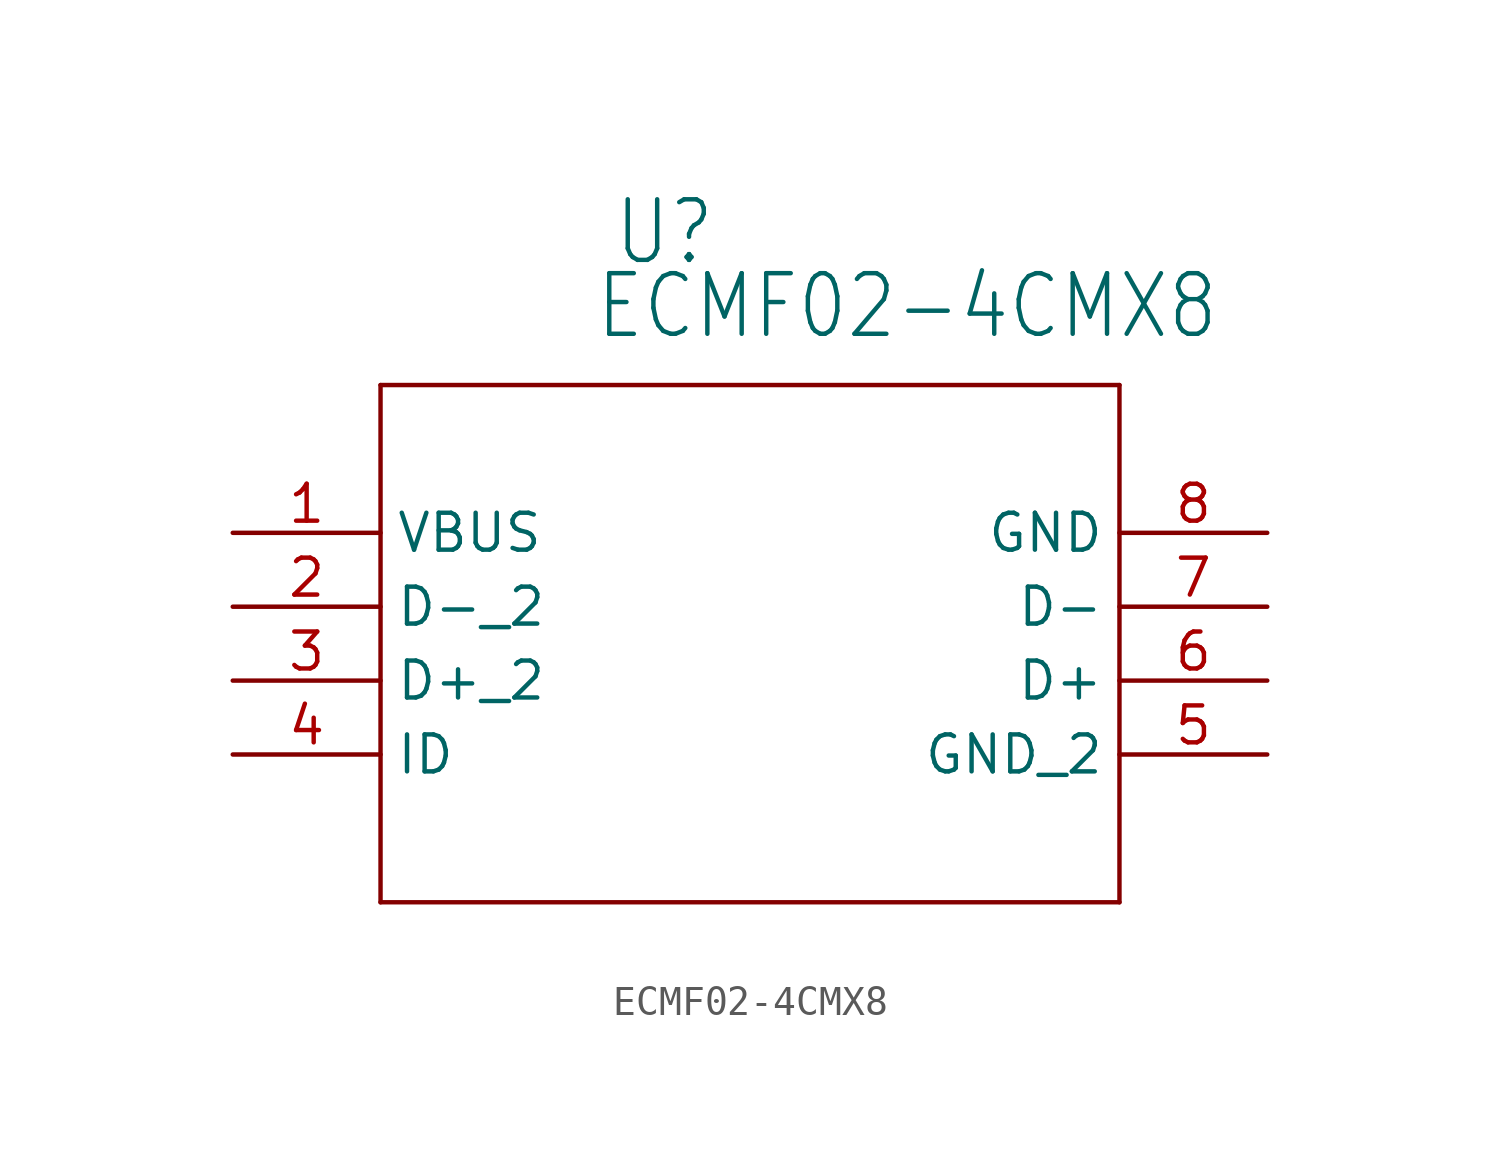
<source format=kicad_sym>
(kicad_symbol_lib
  (version 20211014)
  (generator kicad_symbol_editor)
  (symbol "ECMF02-4CMX8"
    (property "Reference" "U"
      (at 15.596 9.119 0)
      (effects (font (size 2.083 1.77)) (justify left bottom)))
    (property "Value" "ECMF02-4CMX8"
      (at 14.961 6.579 0)
      (effects (font (size 2.083 1.77)) (justify left bottom)))
    (property "ki_locked" ""
      (at 0 0 0)
      (effects (font (size 1.27 1.27))))
    (symbol "ECMF02-4CMX8_1_0"
      (polyline (pts (xy 7.62 -12.7) (xy 33.02 -12.7)) (stroke (width 0.152) (type default) (color 0 0 0 0)) (fill (type none)))
      (polyline (pts (xy 7.62 5.08) (xy 7.62 -12.7)) (stroke (width 0.152) (type default) (color 0 0 0 0)) (fill (type none)))
      (polyline (pts (xy 33.02 -12.7) (xy 33.02 5.08)) (stroke (width 0.152) (type default) (color 0 0 0 0)) (fill (type none)))
      (polyline (pts (xy 33.02 5.08) (xy 7.62 5.08)) (stroke (width 0.152) (type default) (color 0 0 0 0)) (fill (type none)))
      (pin power_in line (at 2.54 0 0) (length 5.08) (name "VBUS" (effects (font (size 1.27 1.27)))) (number "1" (effects (font (size 1.27 1.27)))))
      (pin bidirectional line (at 2.54 -2.54 0) (length 5.08) (name "D-_2" (effects (font (size 1.27 1.27)))) (number "2" (effects (font (size 1.27 1.27)))))
      (pin bidirectional line (at 2.54 -5.08 0) (length 5.08) (name "D+_2" (effects (font (size 1.27 1.27)))) (number "3" (effects (font (size 1.27 1.27)))))
      (pin passive line (at 2.54 -7.62 0) (length 5.08) (name "ID" (effects (font (size 1.27 1.27)))) (number "4" (effects (font (size 1.27 1.27)))))
      (pin passive line (at 38.1 -7.62 180) (length 5.08) (name "GND_2" (effects (font (size 1.27 1.27)))) (number "5" (effects (font (size 1.27 1.27)))))
      (pin bidirectional line (at 38.1 -5.08 180) (length 5.08) (name "D+" (effects (font (size 1.27 1.27)))) (number "6" (effects (font (size 1.27 1.27)))))
      (pin bidirectional line (at 38.1 -2.54 180) (length 5.08) (name "D-" (effects (font (size 1.27 1.27)))) (number "7" (effects (font (size 1.27 1.27)))))
      (pin passive line (at 38.1 0 180) (length 5.08) (name "GND" (effects (font (size 1.27 1.27)))) (number "8" (effects (font (size 1.27 1.27))))))))
</source>
